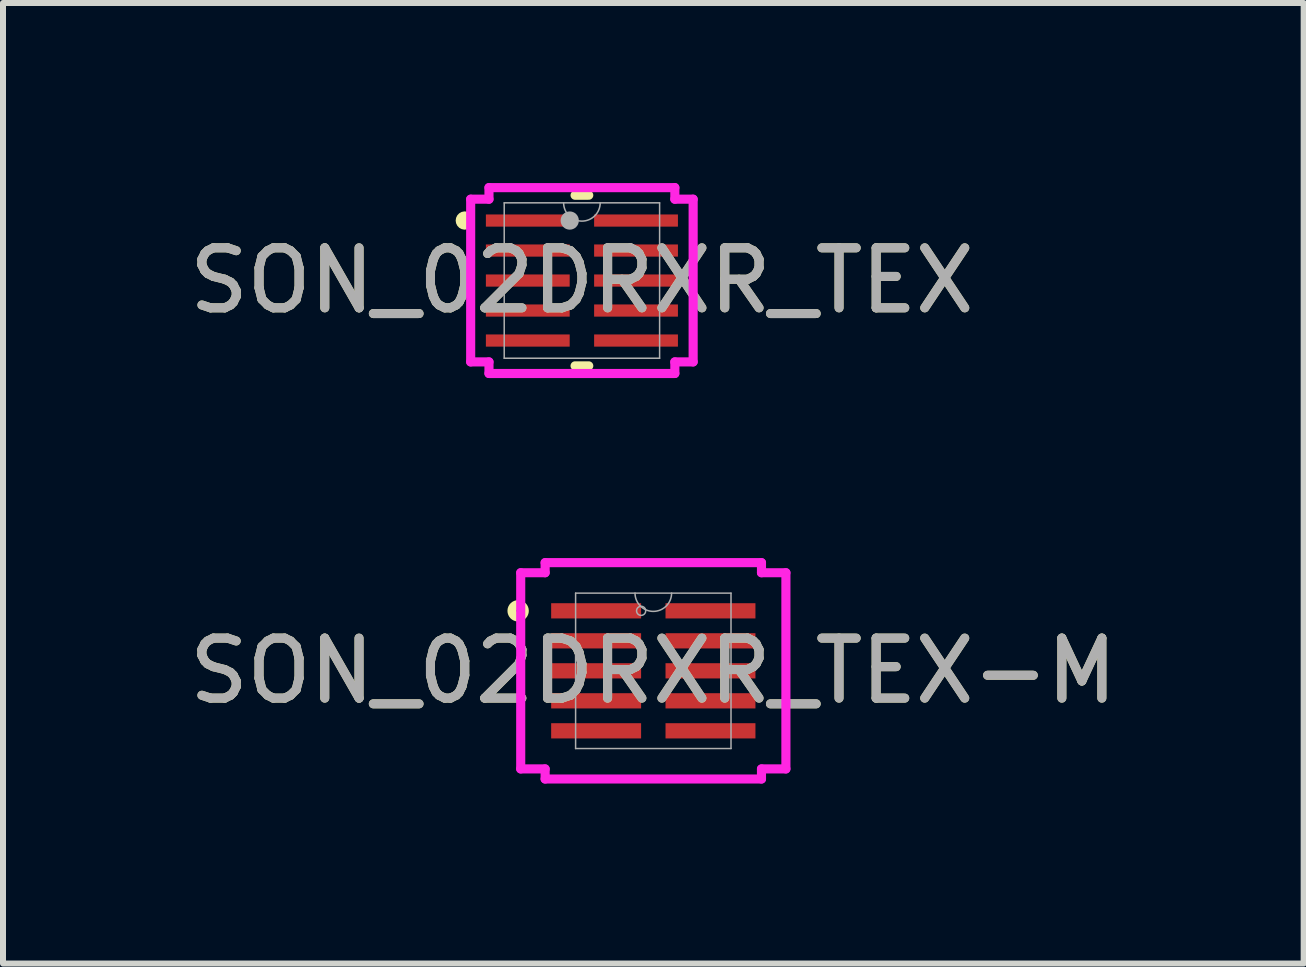
<source format=kicad_pcb>
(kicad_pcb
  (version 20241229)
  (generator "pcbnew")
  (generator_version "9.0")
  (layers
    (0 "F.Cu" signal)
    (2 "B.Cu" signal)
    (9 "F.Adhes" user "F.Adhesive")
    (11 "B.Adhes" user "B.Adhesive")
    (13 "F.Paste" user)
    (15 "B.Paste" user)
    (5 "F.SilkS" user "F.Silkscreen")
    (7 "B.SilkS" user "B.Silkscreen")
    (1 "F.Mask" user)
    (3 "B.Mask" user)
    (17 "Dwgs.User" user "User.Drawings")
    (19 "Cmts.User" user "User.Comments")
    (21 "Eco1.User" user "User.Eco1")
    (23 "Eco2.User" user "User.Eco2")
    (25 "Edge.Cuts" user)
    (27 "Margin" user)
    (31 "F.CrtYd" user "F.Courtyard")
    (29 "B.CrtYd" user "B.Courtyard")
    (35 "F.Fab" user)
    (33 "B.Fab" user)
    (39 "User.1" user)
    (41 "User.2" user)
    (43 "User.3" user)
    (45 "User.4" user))
  (footprint "SON_02DRXR_TEX"
    (layer "F.Cu")
    (at 6.649 1.626)
    (property "Reference" "SON_02DRXR_TEX" (at 0 0 0) (unlocked yes) (layer "F.SilkS") (effects (font (size 1 1) (thickness 0.15))))
    (attr smd)
    (fp_line (start -0.114 1.422) (end 0.114 1.422) (stroke (width 0.152) (type solid)) (layer "F.SilkS"))
    (fp_line (start 0.114 -1.422) (end -0.114 -1.422) (stroke (width 0.152) (type solid)) (layer "F.SilkS"))
    (fp_arc (start -1.93294 -0.926439) (mid -2.028063 -1.000252) (end -1.93294 -1.074065) (stroke (width 0.1524) (type solid)) (layer "F.SilkS"))
    (fp_line (start -1.854 -1.356) (end -1.549 -1.356) (stroke (width 0.152) (type solid)) (layer "F.CrtYd"))
    (fp_line (start -1.854 1.356) (end -1.854 -1.356) (stroke (width 0.152) (type solid)) (layer "F.CrtYd"))
    (fp_line (start -1.854 1.356) (end -1.549 1.356) (stroke (width 0.152) (type solid)) (layer "F.CrtYd"))
    (fp_line (start -1.549 -1.549) (end 1.549 -1.549) (stroke (width 0.152) (type solid)) (layer "F.CrtYd"))
    (fp_line (start -1.549 -1.356) (end -1.549 -1.549) (stroke (width 0.152) (type solid)) (layer "F.CrtYd"))
    (fp_line (start -1.549 1.549) (end -1.549 1.356) (stroke (width 0.152) (type solid)) (layer "F.CrtYd"))
    (fp_line (start 1.549 -1.549) (end 1.549 -1.356) (stroke (width 0.152) (type solid)) (layer "F.CrtYd"))
    (fp_line (start 1.549 1.356) (end 1.549 1.549) (stroke (width 0.152) (type solid)) (layer "F.CrtYd"))
    (fp_line (start 1.549 1.549) (end -1.549 1.549) (stroke (width 0.152) (type solid)) (layer "F.CrtYd"))
    (fp_line (start 1.854 -1.356) (end 1.549 -1.356) (stroke (width 0.152) (type solid)) (layer "F.CrtYd"))
    (fp_line (start 1.854 -1.356) (end 1.854 1.356) (stroke (width 0.152) (type solid)) (layer "F.CrtYd"))
    (fp_line (start 1.854 1.356) (end 1.549 1.356) (stroke (width 0.152) (type solid)) (layer "F.CrtYd"))
    (fp_line (start -1.295 -1.295) (end -1.295 1.295) (stroke (width 0.025) (type solid)) (layer "F.Fab"))
    (fp_line (start -1.295 1.295) (end 1.295 1.295) (stroke (width 0.025) (type solid)) (layer "F.Fab"))
    (fp_line (start 1.295 -1.295) (end -1.295 -1.295) (stroke (width 0.025) (type solid)) (layer "F.Fab"))
    (fp_line (start 1.295 1.295) (end 1.295 -1.295) (stroke (width 0.025) (type solid)) (layer "F.Fab"))
    (fp_arc (start 0.3048 -1.2954) (mid 0 -0.9906) (end -0.3048 -1.2954) (stroke (width 0.0254) (type solid)) (layer "F.Fab"))
    (fp_circle (center -0.203 -1) (end -0.203 -1) (stroke (width 0.152) (type solid)) (fill no) (layer "F.Fab"))
    (fp_text user "${REFERENCE}" (at 0 0 0) (unlocked yes) (layer "F.Fab") (effects (font (size 1 1) (thickness 0.15))))
    (pad "1" smd rect (at -0.902 -1) (size 1.397 0.203) (layers "F.Cu" "F.Mask" "F.Paste"))
    (pad "2" smd rect (at -0.902 -0.5) (size 1.397 0.203) (layers "F.Cu" "F.Mask" "F.Paste"))
    (pad "3" smd rect (at -0.902 0) (size 1.397 0.203) (layers "F.Cu" "F.Mask" "F.Paste"))
    (pad "4" smd rect (at -0.902 0.5) (size 1.397 0.203) (layers "F.Cu" "F.Mask" "F.Paste"))
    (pad "5" smd rect (at -0.902 1) (size 1.397 0.203) (layers "F.Cu" "F.Mask" "F.Paste"))
    (pad "6" smd rect (at 0.902 1) (size 1.397 0.203) (layers "F.Cu" "F.Mask" "F.Paste"))
    (pad "7" smd rect (at 0.902 0.5) (size 1.397 0.203) (layers "F.Cu" "F.Mask" "F.Paste"))
    (pad "8" smd rect (at 0.902 0) (size 1.397 0.203) (layers "F.Cu" "F.Mask" "F.Paste"))
    (pad "9" smd rect (at 0.902 -0.5) (size 1.397 0.203) (layers "F.Cu" "F.Mask" "F.Paste"))
    (pad "10" smd rect (at 0.902 -1) (size 1.397 0.203) (layers "F.Cu" "F.Mask" "F.Paste")))
  (footprint "SON_02DRXR_TEX-M"
    (layer "F.Cu")
    (at 7.839 8.131)
    (property "Reference" "SON_02DRXR_TEX-M" (at 0 0 0) (unlocked yes) (layer "F.SilkS") (effects (font (size 1 1) (thickness 0.15))))
    (attr smd)
    (fp_circle (center -2.253 -1) (end -2.151 -1) (stroke (width 0.152) (type solid)) (fill no) (layer "F.SilkS"))
    (fp_line (start -2.21 -1.635) (end -1.803 -1.635) (stroke (width 0.152) (type solid)) (layer "F.CrtYd"))
    (fp_line (start -2.21 1.635) (end -2.21 -1.635) (stroke (width 0.152) (type solid)) (layer "F.CrtYd"))
    (fp_line (start -2.21 1.635) (end -1.803 1.635) (stroke (width 0.152) (type solid)) (layer "F.CrtYd"))
    (fp_line (start -1.803 -1.803) (end 1.803 -1.803) (stroke (width 0.152) (type solid)) (layer "F.CrtYd"))
    (fp_line (start -1.803 -1.635) (end -1.803 -1.803) (stroke (width 0.152) (type solid)) (layer "F.CrtYd"))
    (fp_line (start -1.803 1.803) (end -1.803 1.635) (stroke (width 0.152) (type solid)) (layer "F.CrtYd"))
    (fp_line (start 1.803 -1.803) (end 1.803 -1.635) (stroke (width 0.152) (type solid)) (layer "F.CrtYd"))
    (fp_line (start 1.803 1.635) (end 1.803 1.803) (stroke (width 0.152) (type solid)) (layer "F.CrtYd"))
    (fp_line (start 1.803 1.803) (end -1.803 1.803) (stroke (width 0.152) (type solid)) (layer "F.CrtYd"))
    (fp_line (start 2.21 -1.635) (end 1.803 -1.635) (stroke (width 0.152) (type solid)) (layer "F.CrtYd"))
    (fp_line (start 2.21 -1.635) (end 2.21 1.635) (stroke (width 0.152) (type solid)) (layer "F.CrtYd"))
    (fp_line (start 2.21 1.635) (end 1.803 1.635) (stroke (width 0.152) (type solid)) (layer "F.CrtYd"))
    (fp_line (start -1.295 -1.295) (end -1.295 1.295) (stroke (width 0.025) (type solid)) (layer "F.Fab"))
    (fp_line (start -1.295 1.295) (end 1.295 1.295) (stroke (width 0.025) (type solid)) (layer "F.Fab"))
    (fp_line (start 1.295 -1.295) (end -1.295 -1.295) (stroke (width 0.025) (type solid)) (layer "F.Fab"))
    (fp_line (start 1.295 1.295) (end 1.295 -1.295) (stroke (width 0.025) (type solid)) (layer "F.Fab"))
    (fp_arc (start 0.3048 -1.2954) (mid 0 -0.9906) (end -0.3048 -1.2954) (stroke (width 0.0254) (type solid)) (layer "F.Fab"))
    (fp_circle (center -0.203 -1) (end -0.127 -1) (stroke (width 0.025) (type solid)) (fill no) (layer "F.Fab"))
    (fp_text user "${REFERENCE}" (at 0 0 0) (unlocked yes) (layer "F.Fab") (effects (font (size 1 1) (thickness 0.15))))
    (pad "1" smd rect (at -0.953 -1) (size 1.499 0.254) (layers "F.Cu" "F.Mask" "F.Paste"))
    (pad "2" smd rect (at -0.953 -0.5) (size 1.499 0.254) (layers "F.Cu" "F.Mask" "F.Paste"))
    (pad "3" smd rect (at -0.953 0) (size 1.499 0.254) (layers "F.Cu" "F.Mask" "F.Paste"))
    (pad "4" smd rect (at -0.953 0.5) (size 1.499 0.254) (layers "F.Cu" "F.Mask" "F.Paste"))
    (pad "5" smd rect (at -0.953 1) (size 1.499 0.254) (layers "F.Cu" "F.Mask" "F.Paste"))
    (pad "6" smd rect (at 0.953 1) (size 1.499 0.254) (layers "F.Cu" "F.Mask" "F.Paste"))
    (pad "7" smd rect (at 0.953 0.5) (size 1.499 0.254) (layers "F.Cu" "F.Mask" "F.Paste"))
    (pad "8" smd rect (at 0.953 0) (size 1.499 0.254) (layers "F.Cu" "F.Mask" "F.Paste"))
    (pad "9" smd rect (at 0.953 -0.5) (size 1.499 0.254) (layers "F.Cu" "F.Mask" "F.Paste"))
    (pad "10" smd rect (at 0.953 -1) (size 1.499 0.254) (layers "F.Cu" "F.Mask" "F.Paste")))
  (gr_rect
    (start -3 -3)
    (end 18.679 13.01)
    (stroke (width 0.1) (type default))
    (fill no)
    (layer "Edge.Cuts")))
</source>
